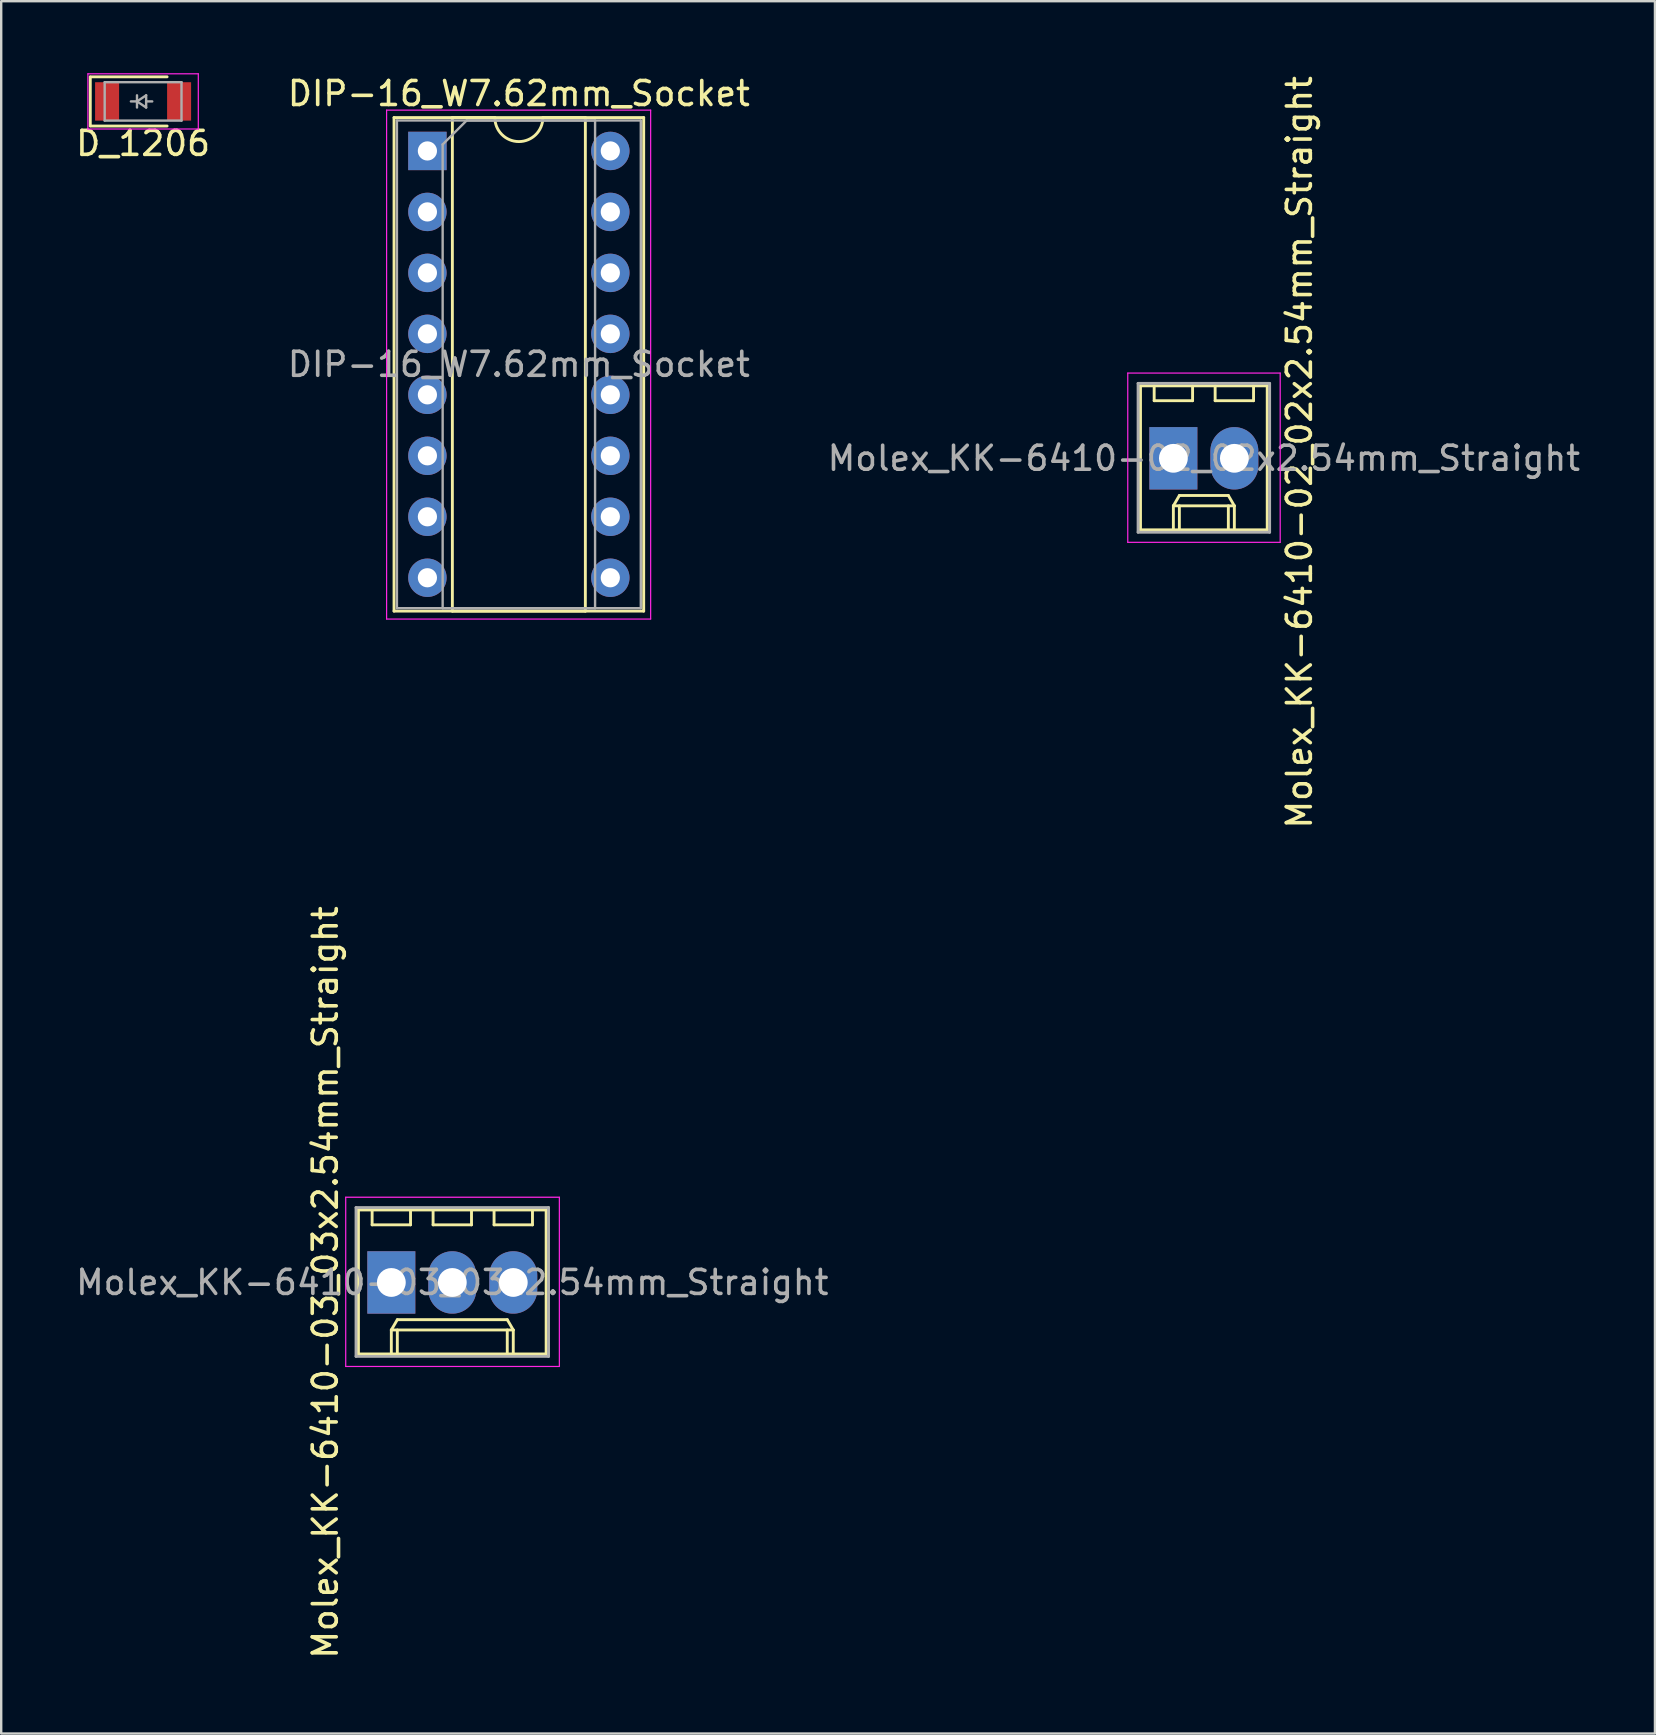
<source format=kicad_pcb>
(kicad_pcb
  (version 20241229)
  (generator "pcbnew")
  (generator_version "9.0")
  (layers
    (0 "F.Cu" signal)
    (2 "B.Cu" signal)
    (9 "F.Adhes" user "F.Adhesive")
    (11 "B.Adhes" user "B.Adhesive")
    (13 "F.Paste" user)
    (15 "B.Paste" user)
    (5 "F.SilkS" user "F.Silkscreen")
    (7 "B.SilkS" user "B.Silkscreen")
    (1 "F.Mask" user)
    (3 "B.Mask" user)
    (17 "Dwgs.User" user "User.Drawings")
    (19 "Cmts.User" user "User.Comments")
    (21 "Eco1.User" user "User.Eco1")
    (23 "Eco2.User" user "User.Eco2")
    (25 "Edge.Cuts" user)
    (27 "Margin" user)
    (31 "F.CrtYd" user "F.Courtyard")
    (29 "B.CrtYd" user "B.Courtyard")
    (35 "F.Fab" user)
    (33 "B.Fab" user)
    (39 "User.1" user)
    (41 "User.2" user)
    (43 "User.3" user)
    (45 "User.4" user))
  (footprint "D_1206"
    (layer "F.Cu")
    (at 2.911 1.175)
    (property "Reference" "D_1206" (at 0 1.75 0) (layer "F.SilkS") (effects (font (size 1 1) (thickness 0.15))))
    (attr smd)
    (fp_line (start -2.2 -1.016) (end -2.2 1.016) (stroke (width 0.12) (type solid)) (layer "F.SilkS"))
    (fp_line (start -2.2 1.025) (end 1 1.025) (stroke (width 0.12) (type solid)) (layer "F.SilkS"))
    (fp_line (start 1 -1.025) (end -2.2 -1.025) (stroke (width 0.12) (type solid)) (layer "F.SilkS"))
    (fp_line (start -2.3 -1.15) (end -2.3 1.15) (stroke (width 0.05) (type solid)) (layer "F.CrtYd"))
    (fp_line (start -2.3 -1.15) (end 2.3 -1.15) (stroke (width 0.05) (type solid)) (layer "F.CrtYd"))
    (fp_line (start -2.3 1.15) (end 2.3 1.15) (stroke (width 0.05) (type solid)) (layer "F.CrtYd"))
    (fp_line (start 2.3 -1.15) (end 2.3 1.15) (stroke (width 0.05) (type solid)) (layer "F.CrtYd"))
    (fp_line (start -1.6 -0.8) (end 1.6 -0.8) (stroke (width 0.1) (type solid)) (layer "F.Fab"))
    (fp_line (start -1.6 0.8) (end -1.6 -0.8) (stroke (width 0.1) (type solid)) (layer "F.Fab"))
    (fp_line (start -0.254 -0.254) (end -0.254 0.254) (stroke (width 0.1) (type solid)) (layer "F.Fab"))
    (fp_line (start -0.254 0) (end -0.508 0) (stroke (width 0.1) (type solid)) (layer "F.Fab"))
    (fp_line (start -0.254 0) (end 0.127 -0.254) (stroke (width 0.1) (type solid)) (layer "F.Fab"))
    (fp_line (start 0.127 -0.254) (end 0.127 0.254) (stroke (width 0.1) (type solid)) (layer "F.Fab"))
    (fp_line (start 0.127 0) (end 0.381 0) (stroke (width 0.1) (type solid)) (layer "F.Fab"))
    (fp_line (start 0.127 0.254) (end -0.254 0) (stroke (width 0.1) (type solid)) (layer "F.Fab"))
    (fp_line (start 1.6 -0.8) (end 1.6 0.8) (stroke (width 0.1) (type solid)) (layer "F.Fab"))
    (fp_line (start 1.6 0.8) (end -1.6 0.8) (stroke (width 0.1) (type solid)) (layer "F.Fab"))
    (pad "1" smd rect (at -1.5 0) (size 1 1.6) (layers "F.Cu" "F.Mask" "F.Paste"))
    (pad "2" smd rect (at 1.5 0) (size 1 1.6) (layers "F.Cu" "F.Mask" "F.Paste")))
  (footprint "DIP-16_W7.62mm_Socket"
    (layer "F.Cu")
    (at 14.755 3.238)
    (property "Reference" "DIP-16_W7.62mm_Socket" (at 3.81 -2.39 0) (layer "F.SilkS") (effects (font (size 1 1) (thickness 0.15))))
    (attr through_hole)
    (fp_line (start -1.39 -1.39) (end -1.39 19.17) (stroke (width 0.12) (type solid)) (layer "F.SilkS"))
    (fp_line (start -1.39 19.17) (end 9.01 19.17) (stroke (width 0.12) (type solid)) (layer "F.SilkS"))
    (fp_line (start 1.04 -1.39) (end 1.04 19.17) (stroke (width 0.12) (type solid)) (layer "F.SilkS"))
    (fp_line (start 1.04 19.17) (end 6.58 19.17) (stroke (width 0.12) (type solid)) (layer "F.SilkS"))
    (fp_line (start 2.81 -1.39) (end 1.04 -1.39) (stroke (width 0.12) (type solid)) (layer "F.SilkS"))
    (fp_line (start 6.58 -1.39) (end 4.81 -1.39) (stroke (width 0.12) (type solid)) (layer "F.SilkS"))
    (fp_line (start 6.58 19.17) (end 6.58 -1.39) (stroke (width 0.12) (type solid)) (layer "F.SilkS"))
    (fp_line (start 9.01 -1.39) (end -1.39 -1.39) (stroke (width 0.12) (type solid)) (layer "F.SilkS"))
    (fp_line (start 9.01 19.17) (end 9.01 -1.39) (stroke (width 0.12) (type solid)) (layer "F.SilkS"))
    (fp_arc (start 4.81 -1.39) (mid 3.81 -0.39) (end 2.81 -1.39) (stroke (width 0.12) (type solid)) (layer "F.SilkS"))
    (fp_line (start -1.7 -1.7) (end -1.7 19.5) (stroke (width 0.05) (type solid)) (layer "F.CrtYd"))
    (fp_line (start -1.7 19.5) (end 9.3 19.5) (stroke (width 0.05) (type solid)) (layer "F.CrtYd"))
    (fp_line (start 9.3 -1.7) (end -1.7 -1.7) (stroke (width 0.05) (type solid)) (layer "F.CrtYd"))
    (fp_line (start 9.3 19.5) (end 9.3 -1.7) (stroke (width 0.05) (type solid)) (layer "F.CrtYd"))
    (fp_line (start -1.27 -1.27) (end -1.27 19.05) (stroke (width 0.1) (type solid)) (layer "F.Fab"))
    (fp_line (start -1.27 19.05) (end 8.89 19.05) (stroke (width 0.1) (type solid)) (layer "F.Fab"))
    (fp_line (start 0.635 -0.27) (end 1.635 -1.27) (stroke (width 0.1) (type solid)) (layer "F.Fab"))
    (fp_line (start 0.635 19.05) (end 0.635 -0.27) (stroke (width 0.1) (type solid)) (layer "F.Fab"))
    (fp_line (start 1.635 -1.27) (end 6.985 -1.27) (stroke (width 0.1) (type solid)) (layer "F.Fab"))
    (fp_line (start 6.985 -1.27) (end 6.985 19.05) (stroke (width 0.1) (type solid)) (layer "F.Fab"))
    (fp_line (start 6.985 19.05) (end 0.635 19.05) (stroke (width 0.1) (type solid)) (layer "F.Fab"))
    (fp_line (start 8.89 -1.27) (end -1.27 -1.27) (stroke (width 0.1) (type solid)) (layer "F.Fab"))
    (fp_line (start 8.89 19.05) (end 8.89 -1.27) (stroke (width 0.1) (type solid)) (layer "F.Fab"))
    (fp_text user "${REFERENCE}" (at 3.81 8.89 0) (layer "F.Fab") (effects (font (size 1 1) (thickness 0.15))))
    (pad "1" thru_hole rect (at 0 0) (size 1.6 1.6) (drill 0.8) (layers "*.Cu" "*.Mask"))
    (pad "2" thru_hole oval (at 0 2.54) (size 1.6 1.6) (drill 0.8) (layers "*.Cu" "*.Mask"))
    (pad "3" thru_hole oval (at 0 5.08) (size 1.6 1.6) (drill 0.8) (layers "*.Cu" "*.Mask"))
    (pad "4" thru_hole oval (at 0 7.62) (size 1.6 1.6) (drill 0.8) (layers "*.Cu" "*.Mask"))
    (pad "5" thru_hole oval (at 0 10.16) (size 1.6 1.6) (drill 0.8) (layers "*.Cu" "*.Mask"))
    (pad "6" thru_hole oval (at 0 12.7) (size 1.6 1.6) (drill 0.8) (layers "*.Cu" "*.Mask"))
    (pad "7" thru_hole oval (at 0 15.24) (size 1.6 1.6) (drill 0.8) (layers "*.Cu" "*.Mask"))
    (pad "8" thru_hole oval (at 0 17.78) (size 1.6 1.6) (drill 0.8) (layers "*.Cu" "*.Mask"))
    (pad "9" thru_hole oval (at 7.62 17.78) (size 1.6 1.6) (drill 0.8) (layers "*.Cu" "*.Mask"))
    (pad "10" thru_hole oval (at 7.62 15.24) (size 1.6 1.6) (drill 0.8) (layers "*.Cu" "*.Mask"))
    (pad "11" thru_hole oval (at 7.62 12.7) (size 1.6 1.6) (drill 0.8) (layers "*.Cu" "*.Mask"))
    (pad "12" thru_hole oval (at 7.62 10.16) (size 1.6 1.6) (drill 0.8) (layers "*.Cu" "*.Mask"))
    (pad "13" thru_hole oval (at 7.62 7.62) (size 1.6 1.6) (drill 0.8) (layers "*.Cu" "*.Mask"))
    (pad "14" thru_hole oval (at 7.62 5.08) (size 1.6 1.6) (drill 0.8) (layers "*.Cu" "*.Mask"))
    (pad "15" thru_hole oval (at 7.62 2.54) (size 1.6 1.6) (drill 0.8) (layers "*.Cu" "*.Mask"))
    (pad "16" thru_hole oval (at 7.62 0) (size 1.6 1.6) (drill 0.8) (layers "*.Cu" "*.Mask")))
  (footprint "Molex_KK-6410-03_03x2.54mm_Straight"
    (layer "F.Cu")
    (at 13.252 50.375)
    (property "Reference" "Molex_KK-6410-03_03x2.54mm_Straight" (at -2.75 0 90) (layer "F.SilkS") (effects (font (size 1 1) (thickness 0.15))))
    (attr through_hole)
    (fp_line (start -1.37 -3.02) (end -1.37 2.98) (stroke (width 0.12) (type solid)) (layer "F.SilkS"))
    (fp_line (start -1.37 2.98) (end 6.45 2.98) (stroke (width 0.12) (type solid)) (layer "F.SilkS"))
    (fp_line (start -0.8 -3.02) (end -0.8 -2.4) (stroke (width 0.12) (type solid)) (layer "F.SilkS"))
    (fp_line (start -0.8 -2.4) (end 0.8 -2.4) (stroke (width 0.12) (type solid)) (layer "F.SilkS"))
    (fp_line (start 0 1.98) (end 0.25 1.55) (stroke (width 0.12) (type solid)) (layer "F.SilkS"))
    (fp_line (start 0 1.98) (end 5.08 1.98) (stroke (width 0.12) (type solid)) (layer "F.SilkS"))
    (fp_line (start 0 2.98) (end 0 1.98) (stroke (width 0.12) (type solid)) (layer "F.SilkS"))
    (fp_line (start 0.25 1.55) (end 4.83 1.55) (stroke (width 0.12) (type solid)) (layer "F.SilkS"))
    (fp_line (start 0.25 2.98) (end 0.25 1.98) (stroke (width 0.12) (type solid)) (layer "F.SilkS"))
    (fp_line (start 0.8 -2.4) (end 0.8 -3.02) (stroke (width 0.12) (type solid)) (layer "F.SilkS"))
    (fp_line (start 1.74 -3.02) (end 1.74 -2.4) (stroke (width 0.12) (type solid)) (layer "F.SilkS"))
    (fp_line (start 1.74 -2.4) (end 3.34 -2.4) (stroke (width 0.12) (type solid)) (layer "F.SilkS"))
    (fp_line (start 3.34 -2.4) (end 3.34 -3.02) (stroke (width 0.12) (type solid)) (layer "F.SilkS"))
    (fp_line (start 4.28 -3.02) (end 4.28 -2.4) (stroke (width 0.12) (type solid)) (layer "F.SilkS"))
    (fp_line (start 4.28 -2.4) (end 5.88 -2.4) (stroke (width 0.12) (type solid)) (layer "F.SilkS"))
    (fp_line (start 4.83 1.55) (end 5.08 1.98) (stroke (width 0.12) (type solid)) (layer "F.SilkS"))
    (fp_line (start 4.83 2.98) (end 4.83 1.98) (stroke (width 0.12) (type solid)) (layer "F.SilkS"))
    (fp_line (start 5.08 1.98) (end 5.08 2.98) (stroke (width 0.12) (type solid)) (layer "F.SilkS"))
    (fp_line (start 5.88 -2.4) (end 5.88 -3.02) (stroke (width 0.12) (type solid)) (layer "F.SilkS"))
    (fp_line (start 6.45 -3.02) (end -1.37 -3.02) (stroke (width 0.12) (type solid)) (layer "F.SilkS"))
    (fp_line (start 6.45 2.98) (end 6.45 -3.02) (stroke (width 0.12) (type solid)) (layer "F.SilkS"))
    (fp_line (start -1.9 -3.55) (end 7 -3.55) (stroke (width 0.05) (type solid)) (layer "F.CrtYd"))
    (fp_line (start -1.9 3.5) (end -1.9 -3.55) (stroke (width 0.05) (type solid)) (layer "F.CrtYd"))
    (fp_line (start 7 -3.55) (end 7 3.5) (stroke (width 0.05) (type solid)) (layer "F.CrtYd"))
    (fp_line (start 7 3.5) (end -1.9 3.5) (stroke (width 0.05) (type solid)) (layer "F.CrtYd"))
    (fp_line (start -1.47 -3.12) (end -1.47 3.08) (stroke (width 0.12) (type solid)) (layer "F.Fab"))
    (fp_line (start -1.47 3.08) (end 6.55 3.08) (stroke (width 0.12) (type solid)) (layer "F.Fab"))
    (fp_line (start 6.55 -3.12) (end -1.47 -3.12) (stroke (width 0.12) (type solid)) (layer "F.Fab"))
    (fp_line (start 6.55 3.08) (end 6.55 -3.12) (stroke (width 0.12) (type solid)) (layer "F.Fab"))
    (fp_text user "${REFERENCE}" (at 2.54 0 0) (layer "F.Fab") (effects (font (size 1 1) (thickness 0.15))))
    (pad "1" thru_hole rect (at 0 0) (size 2 2.6) (drill 1.2) (layers "*.Cu" "*.Mask"))
    (pad "2" thru_hole oval (at 2.54 0) (size 2 2.6) (drill 1.2) (layers "*.Cu" "*.Mask"))
    (pad "3" thru_hole oval (at 5.08 0) (size 2 2.6) (drill 1.2) (layers "*.Cu" "*.Mask")))
  (footprint "Molex_KK-6410-02_02x2.54mm_Straight"
    (layer "F.Cu")
    (at 45.831 16.042)
    (property "Reference" "Molex_KK-6410-02_02x2.54mm_Straight" (at 5.25 -0.25 90) (layer "F.SilkS") (effects (font (size 1 1) (thickness 0.15))))
    (attr through_hole)
    (fp_line (start -1.37 -3.02) (end -1.37 2.98) (stroke (width 0.12) (type solid)) (layer "F.SilkS"))
    (fp_line (start -1.37 2.98) (end 3.91 2.98) (stroke (width 0.12) (type solid)) (layer "F.SilkS"))
    (fp_line (start -0.8 -3.02) (end -0.8 -2.4) (stroke (width 0.12) (type solid)) (layer "F.SilkS"))
    (fp_line (start -0.8 -2.4) (end 0.8 -2.4) (stroke (width 0.12) (type solid)) (layer "F.SilkS"))
    (fp_line (start 0 1.98) (end 0.25 1.55) (stroke (width 0.12) (type solid)) (layer "F.SilkS"))
    (fp_line (start 0 1.98) (end 2.54 1.98) (stroke (width 0.12) (type solid)) (layer "F.SilkS"))
    (fp_line (start 0 2.98) (end 0 1.98) (stroke (width 0.12) (type solid)) (layer "F.SilkS"))
    (fp_line (start 0.25 1.55) (end 2.29 1.55) (stroke (width 0.12) (type solid)) (layer "F.SilkS"))
    (fp_line (start 0.25 2.98) (end 0.25 1.98) (stroke (width 0.12) (type solid)) (layer "F.SilkS"))
    (fp_line (start 0.8 -2.4) (end 0.8 -3.02) (stroke (width 0.12) (type solid)) (layer "F.SilkS"))
    (fp_line (start 1.74 -3.02) (end 1.74 -2.4) (stroke (width 0.12) (type solid)) (layer "F.SilkS"))
    (fp_line (start 1.74 -2.4) (end 3.34 -2.4) (stroke (width 0.12) (type solid)) (layer "F.SilkS"))
    (fp_line (start 2.29 1.55) (end 2.54 1.98) (stroke (width 0.12) (type solid)) (layer "F.SilkS"))
    (fp_line (start 2.29 2.98) (end 2.29 1.98) (stroke (width 0.12) (type solid)) (layer "F.SilkS"))
    (fp_line (start 2.54 1.98) (end 2.54 2.98) (stroke (width 0.12) (type solid)) (layer "F.SilkS"))
    (fp_line (start 3.34 -2.4) (end 3.34 -3.02) (stroke (width 0.12) (type solid)) (layer "F.SilkS"))
    (fp_line (start 3.91 -3.02) (end -1.37 -3.02) (stroke (width 0.12) (type solid)) (layer "F.SilkS"))
    (fp_line (start 3.91 2.98) (end 3.91 -3.02) (stroke (width 0.12) (type solid)) (layer "F.SilkS"))
    (fp_line (start -1.9 -3.55) (end 4.45 -3.55) (stroke (width 0.05) (type solid)) (layer "F.CrtYd"))
    (fp_line (start -1.9 3.5) (end -1.9 -3.55) (stroke (width 0.05) (type solid)) (layer "F.CrtYd"))
    (fp_line (start 4.45 -3.55) (end 4.45 3.5) (stroke (width 0.05) (type solid)) (layer "F.CrtYd"))
    (fp_line (start 4.45 3.5) (end -1.9 3.5) (stroke (width 0.05) (type solid)) (layer "F.CrtYd"))
    (fp_line (start -1.47 -3.12) (end -1.47 3.08) (stroke (width 0.12) (type solid)) (layer "F.Fab"))
    (fp_line (start -1.47 3.08) (end 4.01 3.08) (stroke (width 0.12) (type solid)) (layer "F.Fab"))
    (fp_line (start 4.01 -3.12) (end -1.47 -3.12) (stroke (width 0.12) (type solid)) (layer "F.Fab"))
    (fp_line (start 4.01 3.08) (end 4.01 -3.12) (stroke (width 0.12) (type solid)) (layer "F.Fab"))
    (fp_text user "${REFERENCE}" (at 1.27 0 0) (layer "F.Fab") (effects (font (size 1 1) (thickness 0.15))))
    (pad "1" thru_hole rect (at 0 0) (size 2 2.6) (drill 1.2) (layers "*.Cu" "*.Mask"))
    (pad "2" thru_hole oval (at 2.54 0) (size 2 2.6) (drill 1.2) (layers "*.Cu" "*.Mask")))
  (gr_rect
    (start -3 -3)
    (end 65.893 69.167)
    (stroke (width 0.1) (type default))
    (fill no)
    (layer "Edge.Cuts")))
</source>
